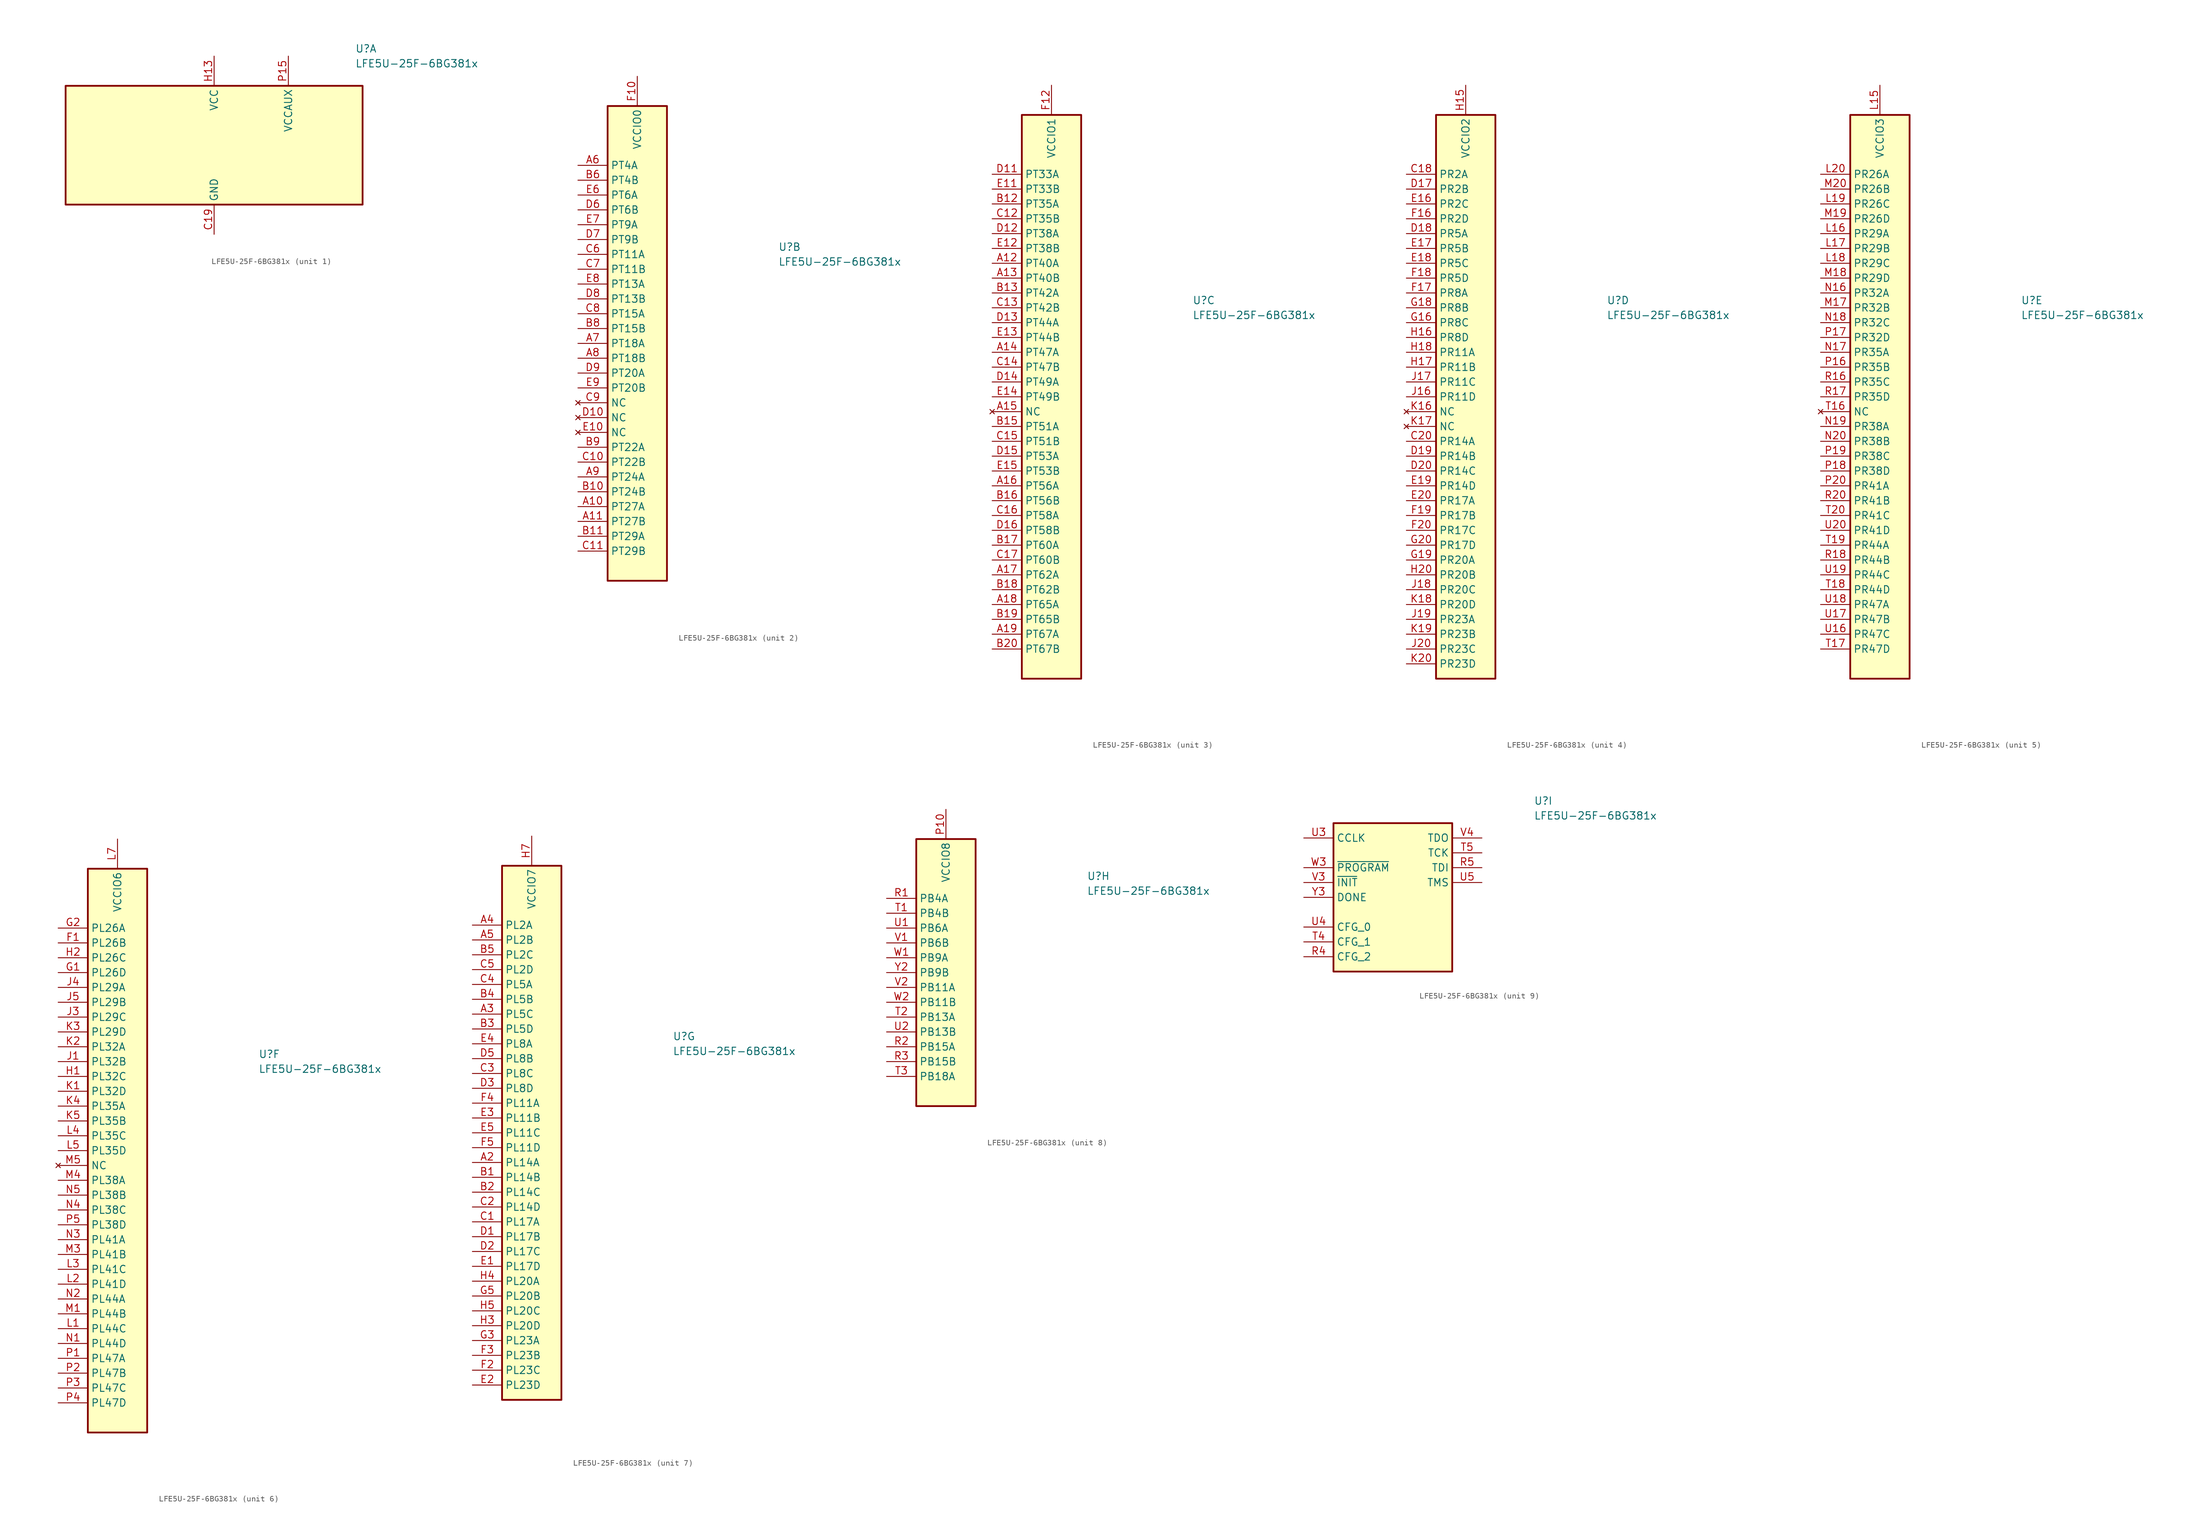
<source format=kicad_sym>
(kicad_symbol_lib
  (version 20211014)
  (generator kicad_symbol_editor)
  (symbol "LFE5U-25F-6BG381x"
    (property "Reference" "U"
      (at 24.13 16.51 0)
      (effects (font (size 1.27 1.27)) (justify left)))
    (property "Value" "LFE5U-25F-6BG381x"
      (at 24.13 13.97 0)
      (effects (font (size 1.27 1.27)) (justify left)))
    (property "ki_locked" ""
      (at 0 0 0)
      (effects (font (size 1.27 1.27))))
    (symbol "LFE5U-25F-6BG381x_1_1"
      (rectangle (start -25.4 10.16) (end 25.4 -10.16) (stroke (width 0.305) (type default) (color 0 0 0 0)) (fill (type background)))
      (pin passive line (at 0 -15.24 90) (length 5.08) hide (name "GND" (effects (font (size 1.27 1.27)))) (number "B14" (effects (font (size 1.27 1.27)))))
      (pin passive line (at 0 -15.24 90) (length 5.08) hide (name "GND" (effects (font (size 1.27 1.27)))) (number "B7" (effects (font (size 1.27 1.27)))))
      (pin power_in line (at 0 -15.24 90) (length 5.08) (name "GND" (effects (font (size 1.27 1.27)))) (number "C19" (effects (font (size 1.27 1.27)))))
      (pin passive line (at 0 -15.24 90) (length 5.08) hide (name "GND" (effects (font (size 1.27 1.27)))) (number "D4" (effects (font (size 1.27 1.27)))))
      (pin passive line (at 0 -15.24 90) (length 5.08) hide (name "GND" (effects (font (size 1.27 1.27)))) (number "F13" (effects (font (size 1.27 1.27)))))
      (pin passive line (at 0 -15.24 90) (length 5.08) hide (name "GND" (effects (font (size 1.27 1.27)))) (number "F14" (effects (font (size 1.27 1.27)))))
      (pin passive line (at 12.7 15.24 270) (length 5.08) hide (name "VCCAUX" (effects (font (size 1.27 1.27)))) (number "F15" (effects (font (size 1.27 1.27)))))
      (pin passive line (at 12.7 15.24 270) (length 5.08) hide (name "VCCAUX" (effects (font (size 1.27 1.27)))) (number "F6" (effects (font (size 1.27 1.27)))))
      (pin passive line (at 0 -15.24 90) (length 5.08) hide (name "GND" (effects (font (size 1.27 1.27)))) (number "F7" (effects (font (size 1.27 1.27)))))
      (pin passive line (at 0 -15.24 90) (length 5.08) hide (name "GND" (effects (font (size 1.27 1.27)))) (number "F8" (effects (font (size 1.27 1.27)))))
      (pin passive line (at 0 -15.24 90) (length 5.08) hide (name "GND" (effects (font (size 1.27 1.27)))) (number "G10" (effects (font (size 1.27 1.27)))))
      (pin passive line (at 0 -15.24 90) (length 5.08) hide (name "GND" (effects (font (size 1.27 1.27)))) (number "G11" (effects (font (size 1.27 1.27)))))
      (pin passive line (at 0 -15.24 90) (length 5.08) hide (name "GND" (effects (font (size 1.27 1.27)))) (number "G12" (effects (font (size 1.27 1.27)))))
      (pin passive line (at 0 -15.24 90) (length 5.08) hide (name "GND" (effects (font (size 1.27 1.27)))) (number "G13" (effects (font (size 1.27 1.27)))))
      (pin passive line (at 0 -15.24 90) (length 5.08) hide (name "GND" (effects (font (size 1.27 1.27)))) (number "G14" (effects (font (size 1.27 1.27)))))
      (pin passive line (at 0 -15.24 90) (length 5.08) hide (name "GND" (effects (font (size 1.27 1.27)))) (number "G15" (effects (font (size 1.27 1.27)))))
      (pin passive line (at 0 -15.24 90) (length 5.08) hide (name "GND" (effects (font (size 1.27 1.27)))) (number "G17" (effects (font (size 1.27 1.27)))))
      (pin passive line (at 0 -15.24 90) (length 5.08) hide (name "GND" (effects (font (size 1.27 1.27)))) (number "G4" (effects (font (size 1.27 1.27)))))
      (pin passive line (at 0 -15.24 90) (length 5.08) hide (name "GND" (effects (font (size 1.27 1.27)))) (number "G6" (effects (font (size 1.27 1.27)))))
      (pin passive line (at 0 -15.24 90) (length 5.08) hide (name "GND" (effects (font (size 1.27 1.27)))) (number "G7" (effects (font (size 1.27 1.27)))))
      (pin passive line (at 0 -15.24 90) (length 5.08) hide (name "GND" (effects (font (size 1.27 1.27)))) (number "G8" (effects (font (size 1.27 1.27)))))
      (pin passive line (at 0 -15.24 90) (length 5.08) hide (name "GND" (effects (font (size 1.27 1.27)))) (number "G9" (effects (font (size 1.27 1.27)))))
      (pin passive line (at 0 15.24 270) (length 5.08) hide (name "VCC" (effects (font (size 1.27 1.27)))) (number "H10" (effects (font (size 1.27 1.27)))))
      (pin passive line (at 0 15.24 270) (length 5.08) hide (name "VCC" (effects (font (size 1.27 1.27)))) (number "H11" (effects (font (size 1.27 1.27)))))
      (pin passive line (at 0 15.24 270) (length 5.08) hide (name "VCC" (effects (font (size 1.27 1.27)))) (number "H12" (effects (font (size 1.27 1.27)))))
      (pin power_in line (at 0 15.24 270) (length 5.08) (name "VCC" (effects (font (size 1.27 1.27)))) (number "H13" (effects (font (size 1.27 1.27)))))
      (pin passive line (at 0 -15.24 90) (length 5.08) hide (name "GND" (effects (font (size 1.27 1.27)))) (number "H19" (effects (font (size 1.27 1.27)))))
      (pin passive line (at 0 15.24 270) (length 5.08) hide (name "VCC" (effects (font (size 1.27 1.27)))) (number "H8" (effects (font (size 1.27 1.27)))))
      (pin passive line (at 0 15.24 270) (length 5.08) hide (name "VCC" (effects (font (size 1.27 1.27)))) (number "H9" (effects (font (size 1.27 1.27)))))
      (pin passive line (at 0 -15.24 90) (length 5.08) hide (name "GND" (effects (font (size 1.27 1.27)))) (number "J10" (effects (font (size 1.27 1.27)))))
      (pin passive line (at 0 -15.24 90) (length 5.08) hide (name "GND" (effects (font (size 1.27 1.27)))) (number "J11" (effects (font (size 1.27 1.27)))))
      (pin passive line (at 0 -15.24 90) (length 5.08) hide (name "GND" (effects (font (size 1.27 1.27)))) (number "J12" (effects (font (size 1.27 1.27)))))
      (pin passive line (at 0 15.24 270) (length 5.08) hide (name "VCC" (effects (font (size 1.27 1.27)))) (number "J13" (effects (font (size 1.27 1.27)))))
      (pin passive line (at 0 -15.24 90) (length 5.08) hide (name "GND" (effects (font (size 1.27 1.27)))) (number "J14" (effects (font (size 1.27 1.27)))))
      (pin passive line (at 0 -15.24 90) (length 5.08) hide (name "GND" (effects (font (size 1.27 1.27)))) (number "J2" (effects (font (size 1.27 1.27)))))
      (pin passive line (at 0 -15.24 90) (length 5.08) hide (name "GND" (effects (font (size 1.27 1.27)))) (number "J7" (effects (font (size 1.27 1.27)))))
      (pin passive line (at 0 15.24 270) (length 5.08) hide (name "VCC" (effects (font (size 1.27 1.27)))) (number "J8" (effects (font (size 1.27 1.27)))))
      (pin passive line (at 0 -15.24 90) (length 5.08) hide (name "GND" (effects (font (size 1.27 1.27)))) (number "J9" (effects (font (size 1.27 1.27)))))
      (pin passive line (at 0 -15.24 90) (length 5.08) hide (name "GND" (effects (font (size 1.27 1.27)))) (number "K10" (effects (font (size 1.27 1.27)))))
      (pin passive line (at 0 -15.24 90) (length 5.08) hide (name "GND" (effects (font (size 1.27 1.27)))) (number "K11" (effects (font (size 1.27 1.27)))))
      (pin passive line (at 0 -15.24 90) (length 5.08) hide (name "GND" (effects (font (size 1.27 1.27)))) (number "K12" (effects (font (size 1.27 1.27)))))
      (pin passive line (at 0 15.24 270) (length 5.08) hide (name "VCC" (effects (font (size 1.27 1.27)))) (number "K13" (effects (font (size 1.27 1.27)))))
      (pin passive line (at 0 -15.24 90) (length 5.08) hide (name "GND" (effects (font (size 1.27 1.27)))) (number "K14" (effects (font (size 1.27 1.27)))))
      (pin passive line (at 0 -15.24 90) (length 5.08) hide (name "GND" (effects (font (size 1.27 1.27)))) (number "K15" (effects (font (size 1.27 1.27)))))
      (pin passive line (at 0 -15.24 90) (length 5.08) hide (name "GND" (effects (font (size 1.27 1.27)))) (number "K6" (effects (font (size 1.27 1.27)))))
      (pin passive line (at 0 -15.24 90) (length 5.08) hide (name "GND" (effects (font (size 1.27 1.27)))) (number "K7" (effects (font (size 1.27 1.27)))))
      (pin passive line (at 0 15.24 270) (length 5.08) hide (name "VCC" (effects (font (size 1.27 1.27)))) (number "K8" (effects (font (size 1.27 1.27)))))
      (pin passive line (at 0 -15.24 90) (length 5.08) hide (name "GND" (effects (font (size 1.27 1.27)))) (number "K9" (effects (font (size 1.27 1.27)))))
      (pin passive line (at 0 -15.24 90) (length 5.08) hide (name "GND" (effects (font (size 1.27 1.27)))) (number "L10" (effects (font (size 1.27 1.27)))))
      (pin passive line (at 0 -15.24 90) (length 5.08) hide (name "GND" (effects (font (size 1.27 1.27)))) (number "L11" (effects (font (size 1.27 1.27)))))
      (pin passive line (at 0 -15.24 90) (length 5.08) hide (name "GND" (effects (font (size 1.27 1.27)))) (number "L12" (effects (font (size 1.27 1.27)))))
      (pin passive line (at 0 15.24 270) (length 5.08) hide (name "VCC" (effects (font (size 1.27 1.27)))) (number "L13" (effects (font (size 1.27 1.27)))))
      (pin passive line (at 0 15.24 270) (length 5.08) hide (name "VCC" (effects (font (size 1.27 1.27)))) (number "L8" (effects (font (size 1.27 1.27)))))
      (pin passive line (at 0 -15.24 90) (length 5.08) hide (name "GND" (effects (font (size 1.27 1.27)))) (number "L9" (effects (font (size 1.27 1.27)))))
      (pin passive line (at 0 -15.24 90) (length 5.08) hide (name "GND" (effects (font (size 1.27 1.27)))) (number "M10" (effects (font (size 1.27 1.27)))))
      (pin passive line (at 0 -15.24 90) (length 5.08) hide (name "GND" (effects (font (size 1.27 1.27)))) (number "M11" (effects (font (size 1.27 1.27)))))
      (pin passive line (at 0 -15.24 90) (length 5.08) hide (name "GND" (effects (font (size 1.27 1.27)))) (number "M12" (effects (font (size 1.27 1.27)))))
      (pin passive line (at 0 15.24 270) (length 5.08) hide (name "VCC" (effects (font (size 1.27 1.27)))) (number "M13" (effects (font (size 1.27 1.27)))))
      (pin passive line (at 0 -15.24 90) (length 5.08) hide (name "GND" (effects (font (size 1.27 1.27)))) (number "M14" (effects (font (size 1.27 1.27)))))
      (pin passive line (at 0 -15.24 90) (length 5.08) hide (name "GND" (effects (font (size 1.27 1.27)))) (number "M16" (effects (font (size 1.27 1.27)))))
      (pin passive line (at 0 -15.24 90) (length 5.08) hide (name "GND" (effects (font (size 1.27 1.27)))) (number "M2" (effects (font (size 1.27 1.27)))))
      (pin passive line (at 0 -15.24 90) (length 5.08) hide (name "GND" (effects (font (size 1.27 1.27)))) (number "M7" (effects (font (size 1.27 1.27)))))
      (pin passive line (at 0 15.24 270) (length 5.08) hide (name "VCC" (effects (font (size 1.27 1.27)))) (number "M8" (effects (font (size 1.27 1.27)))))
      (pin passive line (at 0 -15.24 90) (length 5.08) hide (name "GND" (effects (font (size 1.27 1.27)))) (number "M9" (effects (font (size 1.27 1.27)))))
      (pin passive line (at 0 15.24 270) (length 5.08) hide (name "VCC" (effects (font (size 1.27 1.27)))) (number "N10" (effects (font (size 1.27 1.27)))))
      (pin passive line (at 0 15.24 270) (length 5.08) hide (name "VCC" (effects (font (size 1.27 1.27)))) (number "N11" (effects (font (size 1.27 1.27)))))
      (pin passive line (at 0 15.24 270) (length 5.08) hide (name "VCC" (effects (font (size 1.27 1.27)))) (number "N12" (effects (font (size 1.27 1.27)))))
      (pin passive line (at 0 15.24 270) (length 5.08) hide (name "VCC" (effects (font (size 1.27 1.27)))) (number "N13" (effects (font (size 1.27 1.27)))))
      (pin passive line (at 0 -15.24 90) (length 5.08) hide (name "GND" (effects (font (size 1.27 1.27)))) (number "N14" (effects (font (size 1.27 1.27)))))
      (pin passive line (at 0 -15.24 90) (length 5.08) hide (name "GND" (effects (font (size 1.27 1.27)))) (number "N15" (effects (font (size 1.27 1.27)))))
      (pin passive line (at 0 -15.24 90) (length 5.08) hide (name "GND" (effects (font (size 1.27 1.27)))) (number "N6" (effects (font (size 1.27 1.27)))))
      (pin passive line (at 0 -15.24 90) (length 5.08) hide (name "GND" (effects (font (size 1.27 1.27)))) (number "N7" (effects (font (size 1.27 1.27)))))
      (pin passive line (at 0 15.24 270) (length 5.08) hide (name "VCC" (effects (font (size 1.27 1.27)))) (number "N8" (effects (font (size 1.27 1.27)))))
      (pin passive line (at 0 15.24 270) (length 5.08) hide (name "VCC" (effects (font (size 1.27 1.27)))) (number "N9" (effects (font (size 1.27 1.27)))))
      (pin passive line (at 0 -15.24 90) (length 5.08) hide (name "GND" (effects (font (size 1.27 1.27)))) (number "P11" (effects (font (size 1.27 1.27)))))
      (pin passive line (at 0 -15.24 90) (length 5.08) hide (name "GND" (effects (font (size 1.27 1.27)))) (number "P12" (effects (font (size 1.27 1.27)))))
      (pin passive line (at 0 -15.24 90) (length 5.08) hide (name "GND" (effects (font (size 1.27 1.27)))) (number "P13" (effects (font (size 1.27 1.27)))))
      (pin passive line (at 0 -15.24 90) (length 5.08) hide (name "GND" (effects (font (size 1.27 1.27)))) (number "P14" (effects (font (size 1.27 1.27)))))
      (pin power_in line (at 12.7 15.24 270) (length 5.08) (name "VCCAUX" (effects (font (size 1.27 1.27)))) (number "P15" (effects (font (size 1.27 1.27)))))
      (pin passive line (at 12.7 15.24 270) (length 5.08) hide (name "VCCAUX" (effects (font (size 1.27 1.27)))) (number "P6" (effects (font (size 1.27 1.27)))))
      (pin passive line (at 0 -15.24 90) (length 5.08) hide (name "GND" (effects (font (size 1.27 1.27)))) (number "P7" (effects (font (size 1.27 1.27)))))
      (pin passive line (at 0 -15.24 90) (length 5.08) hide (name "GND" (effects (font (size 1.27 1.27)))) (number "P8" (effects (font (size 1.27 1.27)))))
      (pin passive line (at 0 -15.24 90) (length 5.08) hide (name "GND" (effects (font (size 1.27 1.27)))) (number "R19" (effects (font (size 1.27 1.27)))))
      (pin passive line (at 0 -15.24 90) (length 5.08) hide (name "GND" (effects (font (size 1.27 1.27)))) (number "T10" (effects (font (size 1.27 1.27)))))
      (pin passive line (at 0 -15.24 90) (length 5.08) hide (name "GND" (effects (font (size 1.27 1.27)))) (number "T11" (effects (font (size 1.27 1.27)))))
      (pin passive line (at 0 -15.24 90) (length 5.08) hide (name "GND" (effects (font (size 1.27 1.27)))) (number "T12" (effects (font (size 1.27 1.27)))))
      (pin passive line (at 0 -15.24 90) (length 5.08) hide (name "GND" (effects (font (size 1.27 1.27)))) (number "T13" (effects (font (size 1.27 1.27)))))
      (pin passive line (at 0 -15.24 90) (length 5.08) hide (name "GND" (effects (font (size 1.27 1.27)))) (number "T14" (effects (font (size 1.27 1.27)))))
      (pin passive line (at 0 -15.24 90) (length 5.08) hide (name "GND" (effects (font (size 1.27 1.27)))) (number "T15" (effects (font (size 1.27 1.27)))))
      (pin passive line (at 0 -15.24 90) (length 5.08) hide (name "GND" (effects (font (size 1.27 1.27)))) (number "T6" (effects (font (size 1.27 1.27)))))
      (pin passive line (at 0 -15.24 90) (length 5.08) hide (name "GND" (effects (font (size 1.27 1.27)))) (number "T7" (effects (font (size 1.27 1.27)))))
      (pin passive line (at 0 -15.24 90) (length 5.08) hide (name "GND" (effects (font (size 1.27 1.27)))) (number "T8" (effects (font (size 1.27 1.27)))))
      (pin passive line (at 0 -15.24 90) (length 5.08) hide (name "GND" (effects (font (size 1.27 1.27)))) (number "T9" (effects (font (size 1.27 1.27)))))
      (pin passive line (at 0 -15.24 90) (length 5.08) hide (name "GND" (effects (font (size 1.27 1.27)))) (number "U10" (effects (font (size 1.27 1.27)))))
      (pin passive line (at 0 -15.24 90) (length 5.08) hide (name "GND" (effects (font (size 1.27 1.27)))) (number "U11" (effects (font (size 1.27 1.27)))))
      (pin passive line (at 0 -15.24 90) (length 5.08) hide (name "GND" (effects (font (size 1.27 1.27)))) (number "U12" (effects (font (size 1.27 1.27)))))
      (pin passive line (at 0 -15.24 90) (length 5.08) hide (name "GND" (effects (font (size 1.27 1.27)))) (number "U13" (effects (font (size 1.27 1.27)))))
      (pin passive line (at 0 -15.24 90) (length 5.08) hide (name "GND" (effects (font (size 1.27 1.27)))) (number "U14" (effects (font (size 1.27 1.27)))))
      (pin passive line (at 0 -15.24 90) (length 5.08) hide (name "GND" (effects (font (size 1.27 1.27)))) (number "U15" (effects (font (size 1.27 1.27)))))
      (pin passive line (at 0 -15.24 90) (length 5.08) hide (name "GND" (effects (font (size 1.27 1.27)))) (number "U6" (effects (font (size 1.27 1.27)))))
      (pin passive line (at 0 -15.24 90) (length 5.08) hide (name "GND" (effects (font (size 1.27 1.27)))) (number "U7" (effects (font (size 1.27 1.27)))))
      (pin passive line (at 0 -15.24 90) (length 5.08) hide (name "GND" (effects (font (size 1.27 1.27)))) (number "U8" (effects (font (size 1.27 1.27)))))
      (pin passive line (at 0 -15.24 90) (length 5.08) hide (name "GND" (effects (font (size 1.27 1.27)))) (number "U9" (effects (font (size 1.27 1.27)))))
      (pin passive line (at 0 -15.24 90) (length 5.08) hide (name "GND" (effects (font (size 1.27 1.27)))) (number "V10" (effects (font (size 1.27 1.27)))))
      (pin passive line (at 0 -15.24 90) (length 5.08) hide (name "GND" (effects (font (size 1.27 1.27)))) (number "V11" (effects (font (size 1.27 1.27)))))
      (pin passive line (at 0 -15.24 90) (length 5.08) hide (name "GND" (effects (font (size 1.27 1.27)))) (number "V12" (effects (font (size 1.27 1.27)))))
      (pin passive line (at 0 -15.24 90) (length 5.08) hide (name "GND" (effects (font (size 1.27 1.27)))) (number "V13" (effects (font (size 1.27 1.27)))))
      (pin passive line (at 0 -15.24 90) (length 5.08) hide (name "GND" (effects (font (size 1.27 1.27)))) (number "V14" (effects (font (size 1.27 1.27)))))
      (pin passive line (at 0 -15.24 90) (length 5.08) hide (name "GND" (effects (font (size 1.27 1.27)))) (number "V15" (effects (font (size 1.27 1.27)))))
      (pin passive line (at 0 -15.24 90) (length 5.08) hide (name "GND" (effects (font (size 1.27 1.27)))) (number "V16" (effects (font (size 1.27 1.27)))))
      (pin passive line (at 0 -15.24 90) (length 5.08) hide (name "GND" (effects (font (size 1.27 1.27)))) (number "V17" (effects (font (size 1.27 1.27)))))
      (pin passive line (at 0 -15.24 90) (length 5.08) hide (name "GND" (effects (font (size 1.27 1.27)))) (number "V18" (effects (font (size 1.27 1.27)))))
      (pin passive line (at 0 -15.24 90) (length 5.08) hide (name "GND" (effects (font (size 1.27 1.27)))) (number "V19" (effects (font (size 1.27 1.27)))))
      (pin passive line (at 0 -15.24 90) (length 5.08) hide (name "GND" (effects (font (size 1.27 1.27)))) (number "V20" (effects (font (size 1.27 1.27)))))
      (pin passive line (at 0 -15.24 90) (length 5.08) hide (name "GND" (effects (font (size 1.27 1.27)))) (number "V5" (effects (font (size 1.27 1.27)))))
      (pin passive line (at 0 -15.24 90) (length 5.08) hide (name "GND" (effects (font (size 1.27 1.27)))) (number "V6" (effects (font (size 1.27 1.27)))))
      (pin passive line (at 0 -15.24 90) (length 5.08) hide (name "GND" (effects (font (size 1.27 1.27)))) (number "V7" (effects (font (size 1.27 1.27)))))
      (pin passive line (at 0 -15.24 90) (length 5.08) hide (name "GND" (effects (font (size 1.27 1.27)))) (number "V8" (effects (font (size 1.27 1.27)))))
      (pin passive line (at 0 -15.24 90) (length 5.08) hide (name "GND" (effects (font (size 1.27 1.27)))) (number "V9" (effects (font (size 1.27 1.27)))))
      (pin passive line (at 0 -15.24 90) (length 5.08) hide (name "GND" (effects (font (size 1.27 1.27)))) (number "W12" (effects (font (size 1.27 1.27)))))
      (pin no_connect line (at 25.4 -5.08 180) (length 5.08) hide (name "RESERVED" (effects (font (size 1.27 1.27)))) (number "W13" (effects (font (size 1.27 1.27)))))
      (pin no_connect line (at 25.4 -2.54 180) (length 5.08) hide (name "RESERVED" (effects (font (size 1.27 1.27)))) (number "W14" (effects (font (size 1.27 1.27)))))
      (pin passive line (at 0 -15.24 90) (length 5.08) hide (name "GND" (effects (font (size 1.27 1.27)))) (number "W15" (effects (font (size 1.27 1.27)))))
      (pin passive line (at 0 -15.24 90) (length 5.08) hide (name "GND" (effects (font (size 1.27 1.27)))) (number "W16" (effects (font (size 1.27 1.27)))))
      (pin no_connect line (at 25.4 0 180) (length 5.08) hide (name "RESERVED" (effects (font (size 1.27 1.27)))) (number "W17" (effects (font (size 1.27 1.27)))))
      (pin no_connect line (at 25.4 2.54 180) (length 5.08) hide (name "RESERVED" (effects (font (size 1.27 1.27)))) (number "W18" (effects (font (size 1.27 1.27)))))
      (pin passive line (at 0 -15.24 90) (length 5.08) hide (name "GND" (effects (font (size 1.27 1.27)))) (number "W19" (effects (font (size 1.27 1.27)))))
      (pin passive line (at 0 -15.24 90) (length 5.08) hide (name "GND" (effects (font (size 1.27 1.27)))) (number "W20" (effects (font (size 1.27 1.27)))))
      (pin no_connect line (at -25.4 2.54 0) (length 5.08) hide (name "RESERVED" (effects (font (size 1.27 1.27)))) (number "W4" (effects (font (size 1.27 1.27)))))
      (pin no_connect line (at -25.4 0 0) (length 5.08) hide (name "RESERVED" (effects (font (size 1.27 1.27)))) (number "W5" (effects (font (size 1.27 1.27)))))
      (pin passive line (at 0 -15.24 90) (length 5.08) hide (name "GND" (effects (font (size 1.27 1.27)))) (number "W6" (effects (font (size 1.27 1.27)))))
      (pin passive line (at 0 -15.24 90) (length 5.08) hide (name "GND" (effects (font (size 1.27 1.27)))) (number "W7" (effects (font (size 1.27 1.27)))))
      (pin no_connect line (at -25.4 -2.54 0) (length 5.08) hide (name "RESERVED" (effects (font (size 1.27 1.27)))) (number "W8" (effects (font (size 1.27 1.27)))))
      (pin no_connect line (at -25.4 -5.08 0) (length 5.08) hide (name "RESERVED" (effects (font (size 1.27 1.27)))) (number "W9" (effects (font (size 1.27 1.27)))))
      (pin passive line (at 0 -15.24 90) (length 5.08) hide (name "GND" (effects (font (size 1.27 1.27)))) (number "Y11" (effects (font (size 1.27 1.27)))))
      (pin passive line (at 0 -15.24 90) (length 5.08) hide (name "GND" (effects (font (size 1.27 1.27)))) (number "Y12" (effects (font (size 1.27 1.27)))))
      (pin passive line (at 0 -15.24 90) (length 5.08) hide (name "GND" (effects (font (size 1.27 1.27)))) (number "Y14" (effects (font (size 1.27 1.27)))))
      (pin passive line (at 0 -15.24 90) (length 5.08) hide (name "GND" (effects (font (size 1.27 1.27)))) (number "Y15" (effects (font (size 1.27 1.27)))))
      (pin passive line (at 0 -15.24 90) (length 5.08) hide (name "GND" (effects (font (size 1.27 1.27)))) (number "Y16" (effects (font (size 1.27 1.27)))))
      (pin passive line (at 0 -15.24 90) (length 5.08) hide (name "GND" (effects (font (size 1.27 1.27)))) (number "Y17" (effects (font (size 1.27 1.27)))))
      (pin passive line (at 0 -15.24 90) (length 5.08) hide (name "GND" (effects (font (size 1.27 1.27)))) (number "Y19" (effects (font (size 1.27 1.27)))))
      (pin passive line (at 0 -15.24 90) (length 5.08) hide (name "GND" (effects (font (size 1.27 1.27)))) (number "Y5" (effects (font (size 1.27 1.27)))))
      (pin passive line (at 0 -15.24 90) (length 5.08) hide (name "GND" (effects (font (size 1.27 1.27)))) (number "Y6" (effects (font (size 1.27 1.27)))))
      (pin passive line (at 0 -15.24 90) (length 5.08) hide (name "GND" (effects (font (size 1.27 1.27)))) (number "Y7" (effects (font (size 1.27 1.27)))))
      (pin passive line (at 0 -15.24 90) (length 5.08) hide (name "GND" (effects (font (size 1.27 1.27)))) (number "Y8" (effects (font (size 1.27 1.27))))))
    (symbol "LFE5U-25F-6BG381x_2_1"
      (rectangle (start -5.08 40.64) (end 5.08 -40.64) (stroke (width 0.305) (type default) (color 0 0 0 0)) (fill (type background)))
      (pin bidirectional line (at -10.16 -27.94 0) (length 5.08) (name "PT27A" (effects (font (size 1.27 1.27)))) (number "A10" (effects (font (size 1.27 1.27)))))
      (pin bidirectional line (at -10.16 -30.48 0) (length 5.08) (name "PT27B" (effects (font (size 1.27 1.27)))) (number "A11" (effects (font (size 1.27 1.27)))))
      (pin bidirectional line (at -10.16 30.48 0) (length 5.08) (name "PT4A" (effects (font (size 1.27 1.27)))) (number "A6" (effects (font (size 1.27 1.27)))))
      (pin bidirectional line (at -10.16 0 0) (length 5.08) (name "PT18A" (effects (font (size 1.27 1.27)))) (number "A7" (effects (font (size 1.27 1.27)))))
      (pin bidirectional line (at -10.16 -2.54 0) (length 5.08) (name "PT18B" (effects (font (size 1.27 1.27)))) (number "A8" (effects (font (size 1.27 1.27)))))
      (pin bidirectional line (at -10.16 -22.86 0) (length 5.08) (name "PT24A" (effects (font (size 1.27 1.27)))) (number "A9" (effects (font (size 1.27 1.27)))))
      (pin bidirectional line (at -10.16 -25.4 0) (length 5.08) (name "PT24B" (effects (font (size 1.27 1.27)))) (number "B10" (effects (font (size 1.27 1.27)))))
      (pin bidirectional line (at -10.16 -33.02 0) (length 5.08) (name "PT29A" (effects (font (size 1.27 1.27)))) (number "B11" (effects (font (size 1.27 1.27)))))
      (pin bidirectional line (at -10.16 27.94 0) (length 5.08) (name "PT4B" (effects (font (size 1.27 1.27)))) (number "B6" (effects (font (size 1.27 1.27)))))
      (pin bidirectional line (at -10.16 2.54 0) (length 5.08) (name "PT15B" (effects (font (size 1.27 1.27)))) (number "B8" (effects (font (size 1.27 1.27)))))
      (pin bidirectional line (at -10.16 -17.78 0) (length 5.08) (name "PT22A" (effects (font (size 1.27 1.27)))) (number "B9" (effects (font (size 1.27 1.27)))))
      (pin bidirectional line (at -10.16 -20.32 0) (length 5.08) (name "PT22B" (effects (font (size 1.27 1.27)))) (number "C10" (effects (font (size 1.27 1.27)))))
      (pin bidirectional line (at -10.16 -35.56 0) (length 5.08) (name "PT29B" (effects (font (size 1.27 1.27)))) (number "C11" (effects (font (size 1.27 1.27)))))
      (pin bidirectional line (at -10.16 15.24 0) (length 5.08) (name "PT11A" (effects (font (size 1.27 1.27)))) (number "C6" (effects (font (size 1.27 1.27)))))
      (pin bidirectional line (at -10.16 12.7 0) (length 5.08) (name "PT11B" (effects (font (size 1.27 1.27)))) (number "C7" (effects (font (size 1.27 1.27)))))
      (pin bidirectional line (at -10.16 5.08 0) (length 5.08) (name "PT15A" (effects (font (size 1.27 1.27)))) (number "C8" (effects (font (size 1.27 1.27)))))
      (pin no_connect line (at -10.16 -10.16 0) (length 5.08) (name "NC" (effects (font (size 1.27 1.27)))) (number "C9" (effects (font (size 1.27 1.27)))))
      (pin no_connect line (at -10.16 -12.7 0) (length 5.08) (name "NC" (effects (font (size 1.27 1.27)))) (number "D10" (effects (font (size 1.27 1.27)))))
      (pin bidirectional line (at -10.16 22.86 0) (length 5.08) (name "PT6B" (effects (font (size 1.27 1.27)))) (number "D6" (effects (font (size 1.27 1.27)))))
      (pin bidirectional line (at -10.16 17.78 0) (length 5.08) (name "PT9B" (effects (font (size 1.27 1.27)))) (number "D7" (effects (font (size 1.27 1.27)))))
      (pin bidirectional line (at -10.16 7.62 0) (length 5.08) (name "PT13B" (effects (font (size 1.27 1.27)))) (number "D8" (effects (font (size 1.27 1.27)))))
      (pin bidirectional line (at -10.16 -5.08 0) (length 5.08) (name "PT20A" (effects (font (size 1.27 1.27)))) (number "D9" (effects (font (size 1.27 1.27)))))
      (pin no_connect line (at -10.16 -15.24 0) (length 5.08) (name "NC" (effects (font (size 1.27 1.27)))) (number "E10" (effects (font (size 1.27 1.27)))))
      (pin bidirectional line (at -10.16 25.4 0) (length 5.08) (name "PT6A" (effects (font (size 1.27 1.27)))) (number "E6" (effects (font (size 1.27 1.27)))))
      (pin bidirectional line (at -10.16 20.32 0) (length 5.08) (name "PT9A" (effects (font (size 1.27 1.27)))) (number "E7" (effects (font (size 1.27 1.27)))))
      (pin bidirectional line (at -10.16 10.16 0) (length 5.08) (name "PT13A" (effects (font (size 1.27 1.27)))) (number "E8" (effects (font (size 1.27 1.27)))))
      (pin bidirectional line (at -10.16 -7.62 0) (length 5.08) (name "PT20B" (effects (font (size 1.27 1.27)))) (number "E9" (effects (font (size 1.27 1.27)))))
      (pin power_in line (at 0 45.72 270) (length 5.08) (name "VCCIO0" (effects (font (size 1.27 1.27)))) (number "F10" (effects (font (size 1.27 1.27)))))
      (pin passive line (at 0 45.72 270) (length 5.08) hide (name "VCCIO0" (effects (font (size 1.27 1.27)))) (number "F9" (effects (font (size 1.27 1.27))))))
    (symbol "LFE5U-25F-6BG381x_3_1"
      (rectangle (start -5.08 48.26) (end 5.08 -48.26) (stroke (width 0.305) (type default) (color 0 0 0 0)) (fill (type background)))
      (pin bidirectional line (at -10.16 22.86 0) (length 5.08) (name "PT40A" (effects (font (size 1.27 1.27)))) (number "A12" (effects (font (size 1.27 1.27)))))
      (pin bidirectional line (at -10.16 20.32 0) (length 5.08) (name "PT40B" (effects (font (size 1.27 1.27)))) (number "A13" (effects (font (size 1.27 1.27)))))
      (pin bidirectional line (at -10.16 7.62 0) (length 5.08) (name "PT47A" (effects (font (size 1.27 1.27)))) (number "A14" (effects (font (size 1.27 1.27)))))
      (pin no_connect line (at -10.16 -2.54 0) (length 5.08) (name "NC" (effects (font (size 1.27 1.27)))) (number "A15" (effects (font (size 1.27 1.27)))))
      (pin bidirectional line (at -10.16 -15.24 0) (length 5.08) (name "PT56A" (effects (font (size 1.27 1.27)))) (number "A16" (effects (font (size 1.27 1.27)))))
      (pin bidirectional line (at -10.16 -30.48 0) (length 5.08) (name "PT62A" (effects (font (size 1.27 1.27)))) (number "A17" (effects (font (size 1.27 1.27)))))
      (pin bidirectional line (at -10.16 -35.56 0) (length 5.08) (name "PT65A" (effects (font (size 1.27 1.27)))) (number "A18" (effects (font (size 1.27 1.27)))))
      (pin bidirectional line (at -10.16 -40.64 0) (length 5.08) (name "PT67A" (effects (font (size 1.27 1.27)))) (number "A19" (effects (font (size 1.27 1.27)))))
      (pin bidirectional line (at -10.16 33.02 0) (length 5.08) (name "PT35A" (effects (font (size 1.27 1.27)))) (number "B12" (effects (font (size 1.27 1.27)))))
      (pin bidirectional line (at -10.16 17.78 0) (length 5.08) (name "PT42A" (effects (font (size 1.27 1.27)))) (number "B13" (effects (font (size 1.27 1.27)))))
      (pin bidirectional line (at -10.16 -5.08 0) (length 5.08) (name "PT51A" (effects (font (size 1.27 1.27)))) (number "B15" (effects (font (size 1.27 1.27)))))
      (pin bidirectional line (at -10.16 -17.78 0) (length 5.08) (name "PT56B" (effects (font (size 1.27 1.27)))) (number "B16" (effects (font (size 1.27 1.27)))))
      (pin bidirectional line (at -10.16 -25.4 0) (length 5.08) (name "PT60A" (effects (font (size 1.27 1.27)))) (number "B17" (effects (font (size 1.27 1.27)))))
      (pin bidirectional line (at -10.16 -33.02 0) (length 5.08) (name "PT62B" (effects (font (size 1.27 1.27)))) (number "B18" (effects (font (size 1.27 1.27)))))
      (pin bidirectional line (at -10.16 -38.1 0) (length 5.08) (name "PT65B" (effects (font (size 1.27 1.27)))) (number "B19" (effects (font (size 1.27 1.27)))))
      (pin bidirectional line (at -10.16 -43.18 0) (length 5.08) (name "PT67B" (effects (font (size 1.27 1.27)))) (number "B20" (effects (font (size 1.27 1.27)))))
      (pin bidirectional line (at -10.16 30.48 0) (length 5.08) (name "PT35B" (effects (font (size 1.27 1.27)))) (number "C12" (effects (font (size 1.27 1.27)))))
      (pin bidirectional line (at -10.16 15.24 0) (length 5.08) (name "PT42B" (effects (font (size 1.27 1.27)))) (number "C13" (effects (font (size 1.27 1.27)))))
      (pin bidirectional line (at -10.16 5.08 0) (length 5.08) (name "PT47B" (effects (font (size 1.27 1.27)))) (number "C14" (effects (font (size 1.27 1.27)))))
      (pin bidirectional line (at -10.16 -7.62 0) (length 5.08) (name "PT51B" (effects (font (size 1.27 1.27)))) (number "C15" (effects (font (size 1.27 1.27)))))
      (pin bidirectional line (at -10.16 -20.32 0) (length 5.08) (name "PT58A" (effects (font (size 1.27 1.27)))) (number "C16" (effects (font (size 1.27 1.27)))))
      (pin bidirectional line (at -10.16 -27.94 0) (length 5.08) (name "PT60B" (effects (font (size 1.27 1.27)))) (number "C17" (effects (font (size 1.27 1.27)))))
      (pin bidirectional line (at -10.16 38.1 0) (length 5.08) (name "PT33A" (effects (font (size 1.27 1.27)))) (number "D11" (effects (font (size 1.27 1.27)))))
      (pin bidirectional line (at -10.16 27.94 0) (length 5.08) (name "PT38A" (effects (font (size 1.27 1.27)))) (number "D12" (effects (font (size 1.27 1.27)))))
      (pin bidirectional line (at -10.16 12.7 0) (length 5.08) (name "PT44A" (effects (font (size 1.27 1.27)))) (number "D13" (effects (font (size 1.27 1.27)))))
      (pin bidirectional line (at -10.16 2.54 0) (length 5.08) (name "PT49A" (effects (font (size 1.27 1.27)))) (number "D14" (effects (font (size 1.27 1.27)))))
      (pin bidirectional line (at -10.16 -10.16 0) (length 5.08) (name "PT53A" (effects (font (size 1.27 1.27)))) (number "D15" (effects (font (size 1.27 1.27)))))
      (pin bidirectional line (at -10.16 -22.86 0) (length 5.08) (name "PT58B" (effects (font (size 1.27 1.27)))) (number "D16" (effects (font (size 1.27 1.27)))))
      (pin bidirectional line (at -10.16 35.56 0) (length 5.08) (name "PT33B" (effects (font (size 1.27 1.27)))) (number "E11" (effects (font (size 1.27 1.27)))))
      (pin bidirectional line (at -10.16 25.4 0) (length 5.08) (name "PT38B" (effects (font (size 1.27 1.27)))) (number "E12" (effects (font (size 1.27 1.27)))))
      (pin bidirectional line (at -10.16 10.16 0) (length 5.08) (name "PT44B" (effects (font (size 1.27 1.27)))) (number "E13" (effects (font (size 1.27 1.27)))))
      (pin bidirectional line (at -10.16 0 0) (length 5.08) (name "PT49B" (effects (font (size 1.27 1.27)))) (number "E14" (effects (font (size 1.27 1.27)))))
      (pin bidirectional line (at -10.16 -12.7 0) (length 5.08) (name "PT53B" (effects (font (size 1.27 1.27)))) (number "E15" (effects (font (size 1.27 1.27)))))
      (pin passive line (at 0 53.34 270) (length 5.08) hide (name "VCCIO1" (effects (font (size 1.27 1.27)))) (number "F11" (effects (font (size 1.27 1.27)))))
      (pin power_in line (at 0 53.34 270) (length 5.08) (name "VCCIO1" (effects (font (size 1.27 1.27)))) (number "F12" (effects (font (size 1.27 1.27))))))
    (symbol "LFE5U-25F-6BG381x_4_1"
      (rectangle (start -5.08 48.26) (end 5.08 -48.26) (stroke (width 0.305) (type default) (color 0 0 0 0)) (fill (type background)))
      (pin bidirectional line (at -10.16 38.1 0) (length 5.08) (name "PR2A" (effects (font (size 1.27 1.27)))) (number "C18" (effects (font (size 1.27 1.27)))))
      (pin bidirectional line (at -10.16 -7.62 0) (length 5.08) (name "PR14A" (effects (font (size 1.27 1.27)))) (number "C20" (effects (font (size 1.27 1.27)))))
      (pin bidirectional line (at -10.16 35.56 0) (length 5.08) (name "PR2B" (effects (font (size 1.27 1.27)))) (number "D17" (effects (font (size 1.27 1.27)))))
      (pin bidirectional line (at -10.16 27.94 0) (length 5.08) (name "PR5A" (effects (font (size 1.27 1.27)))) (number "D18" (effects (font (size 1.27 1.27)))))
      (pin bidirectional line (at -10.16 -10.16 0) (length 5.08) (name "PR14B" (effects (font (size 1.27 1.27)))) (number "D19" (effects (font (size 1.27 1.27)))))
      (pin bidirectional line (at -10.16 -12.7 0) (length 5.08) (name "PR14C" (effects (font (size 1.27 1.27)))) (number "D20" (effects (font (size 1.27 1.27)))))
      (pin bidirectional line (at -10.16 33.02 0) (length 5.08) (name "PR2C" (effects (font (size 1.27 1.27)))) (number "E16" (effects (font (size 1.27 1.27)))))
      (pin bidirectional line (at -10.16 25.4 0) (length 5.08) (name "PR5B" (effects (font (size 1.27 1.27)))) (number "E17" (effects (font (size 1.27 1.27)))))
      (pin bidirectional line (at -10.16 22.86 0) (length 5.08) (name "PR5C" (effects (font (size 1.27 1.27)))) (number "E18" (effects (font (size 1.27 1.27)))))
      (pin bidirectional line (at -10.16 -15.24 0) (length 5.08) (name "PR14D" (effects (font (size 1.27 1.27)))) (number "E19" (effects (font (size 1.27 1.27)))))
      (pin bidirectional line (at -10.16 -17.78 0) (length 5.08) (name "PR17A" (effects (font (size 1.27 1.27)))) (number "E20" (effects (font (size 1.27 1.27)))))
      (pin bidirectional line (at -10.16 30.48 0) (length 5.08) (name "PR2D" (effects (font (size 1.27 1.27)))) (number "F16" (effects (font (size 1.27 1.27)))))
      (pin bidirectional line (at -10.16 17.78 0) (length 5.08) (name "PR8A" (effects (font (size 1.27 1.27)))) (number "F17" (effects (font (size 1.27 1.27)))))
      (pin bidirectional line (at -10.16 20.32 0) (length 5.08) (name "PR5D" (effects (font (size 1.27 1.27)))) (number "F18" (effects (font (size 1.27 1.27)))))
      (pin bidirectional line (at -10.16 -20.32 0) (length 5.08) (name "PR17B" (effects (font (size 1.27 1.27)))) (number "F19" (effects (font (size 1.27 1.27)))))
      (pin bidirectional line (at -10.16 -22.86 0) (length 5.08) (name "PR17C" (effects (font (size 1.27 1.27)))) (number "F20" (effects (font (size 1.27 1.27)))))
      (pin bidirectional line (at -10.16 12.7 0) (length 5.08) (name "PR8C" (effects (font (size 1.27 1.27)))) (number "G16" (effects (font (size 1.27 1.27)))))
      (pin bidirectional line (at -10.16 15.24 0) (length 5.08) (name "PR8B" (effects (font (size 1.27 1.27)))) (number "G18" (effects (font (size 1.27 1.27)))))
      (pin bidirectional line (at -10.16 -27.94 0) (length 5.08) (name "PR20A" (effects (font (size 1.27 1.27)))) (number "G19" (effects (font (size 1.27 1.27)))))
      (pin bidirectional line (at -10.16 -25.4 0) (length 5.08) (name "PR17D" (effects (font (size 1.27 1.27)))) (number "G20" (effects (font (size 1.27 1.27)))))
      (pin passive line (at 0 53.34 270) (length 5.08) hide (name "VCCIO2" (effects (font (size 1.27 1.27)))) (number "H14" (effects (font (size 1.27 1.27)))))
      (pin power_in line (at 0 53.34 270) (length 5.08) (name "VCCIO2" (effects (font (size 1.27 1.27)))) (number "H15" (effects (font (size 1.27 1.27)))))
      (pin bidirectional line (at -10.16 10.16 0) (length 5.08) (name "PR8D" (effects (font (size 1.27 1.27)))) (number "H16" (effects (font (size 1.27 1.27)))))
      (pin bidirectional line (at -10.16 5.08 0) (length 5.08) (name "PR11B" (effects (font (size 1.27 1.27)))) (number "H17" (effects (font (size 1.27 1.27)))))
      (pin bidirectional line (at -10.16 7.62 0) (length 5.08) (name "PR11A" (effects (font (size 1.27 1.27)))) (number "H18" (effects (font (size 1.27 1.27)))))
      (pin bidirectional line (at -10.16 -30.48 0) (length 5.08) (name "PR20B" (effects (font (size 1.27 1.27)))) (number "H20" (effects (font (size 1.27 1.27)))))
      (pin passive line (at 0 53.34 270) (length 5.08) hide (name "VCCIO2" (effects (font (size 1.27 1.27)))) (number "J15" (effects (font (size 1.27 1.27)))))
      (pin bidirectional line (at -10.16 0 0) (length 5.08) (name "PR11D" (effects (font (size 1.27 1.27)))) (number "J16" (effects (font (size 1.27 1.27)))))
      (pin bidirectional line (at -10.16 2.54 0) (length 5.08) (name "PR11C" (effects (font (size 1.27 1.27)))) (number "J17" (effects (font (size 1.27 1.27)))))
      (pin bidirectional line (at -10.16 -33.02 0) (length 5.08) (name "PR20C" (effects (font (size 1.27 1.27)))) (number "J18" (effects (font (size 1.27 1.27)))))
      (pin bidirectional line (at -10.16 -38.1 0) (length 5.08) (name "PR23A" (effects (font (size 1.27 1.27)))) (number "J19" (effects (font (size 1.27 1.27)))))
      (pin bidirectional line (at -10.16 -43.18 0) (length 5.08) (name "PR23C" (effects (font (size 1.27 1.27)))) (number "J20" (effects (font (size 1.27 1.27)))))
      (pin no_connect line (at -10.16 -2.54 0) (length 5.08) (name "NC" (effects (font (size 1.27 1.27)))) (number "K16" (effects (font (size 1.27 1.27)))))
      (pin no_connect line (at -10.16 -5.08 0) (length 5.08) (name "NC" (effects (font (size 1.27 1.27)))) (number "K17" (effects (font (size 1.27 1.27)))))
      (pin bidirectional line (at -10.16 -35.56 0) (length 5.08) (name "PR20D" (effects (font (size 1.27 1.27)))) (number "K18" (effects (font (size 1.27 1.27)))))
      (pin bidirectional line (at -10.16 -40.64 0) (length 5.08) (name "PR23B" (effects (font (size 1.27 1.27)))) (number "K19" (effects (font (size 1.27 1.27)))))
      (pin bidirectional line (at -10.16 -45.72 0) (length 5.08) (name "PR23D" (effects (font (size 1.27 1.27)))) (number "K20" (effects (font (size 1.27 1.27))))))
    (symbol "LFE5U-25F-6BG381x_5_1"
      (rectangle (start -5.08 48.26) (end 5.08 -48.26) (stroke (width 0.305) (type default) (color 0 0 0 0)) (fill (type background)))
      (pin passive line (at 0 53.34 270) (length 5.08) hide (name "VCCIO3" (effects (font (size 1.27 1.27)))) (number "L14" (effects (font (size 1.27 1.27)))))
      (pin power_in line (at 0 53.34 270) (length 5.08) (name "VCCIO3" (effects (font (size 1.27 1.27)))) (number "L15" (effects (font (size 1.27 1.27)))))
      (pin bidirectional line (at -10.16 27.94 0) (length 5.08) (name "PR29A" (effects (font (size 1.27 1.27)))) (number "L16" (effects (font (size 1.27 1.27)))))
      (pin bidirectional line (at -10.16 25.4 0) (length 5.08) (name "PR29B" (effects (font (size 1.27 1.27)))) (number "L17" (effects (font (size 1.27 1.27)))))
      (pin bidirectional line (at -10.16 22.86 0) (length 5.08) (name "PR29C" (effects (font (size 1.27 1.27)))) (number "L18" (effects (font (size 1.27 1.27)))))
      (pin bidirectional line (at -10.16 33.02 0) (length 5.08) (name "PR26C" (effects (font (size 1.27 1.27)))) (number "L19" (effects (font (size 1.27 1.27)))))
      (pin bidirectional line (at -10.16 38.1 0) (length 5.08) (name "PR26A" (effects (font (size 1.27 1.27)))) (number "L20" (effects (font (size 1.27 1.27)))))
      (pin passive line (at 0 53.34 270) (length 5.08) hide (name "VCCIO3" (effects (font (size 1.27 1.27)))) (number "M15" (effects (font (size 1.27 1.27)))))
      (pin bidirectional line (at -10.16 15.24 0) (length 5.08) (name "PR32B" (effects (font (size 1.27 1.27)))) (number "M17" (effects (font (size 1.27 1.27)))))
      (pin bidirectional line (at -10.16 20.32 0) (length 5.08) (name "PR29D" (effects (font (size 1.27 1.27)))) (number "M18" (effects (font (size 1.27 1.27)))))
      (pin bidirectional line (at -10.16 30.48 0) (length 5.08) (name "PR26D" (effects (font (size 1.27 1.27)))) (number "M19" (effects (font (size 1.27 1.27)))))
      (pin bidirectional line (at -10.16 35.56 0) (length 5.08) (name "PR26B" (effects (font (size 1.27 1.27)))) (number "M20" (effects (font (size 1.27 1.27)))))
      (pin bidirectional line (at -10.16 17.78 0) (length 5.08) (name "PR32A" (effects (font (size 1.27 1.27)))) (number "N16" (effects (font (size 1.27 1.27)))))
      (pin bidirectional line (at -10.16 7.62 0) (length 5.08) (name "PR35A" (effects (font (size 1.27 1.27)))) (number "N17" (effects (font (size 1.27 1.27)))))
      (pin bidirectional line (at -10.16 12.7 0) (length 5.08) (name "PR32C" (effects (font (size 1.27 1.27)))) (number "N18" (effects (font (size 1.27 1.27)))))
      (pin bidirectional line (at -10.16 -5.08 0) (length 5.08) (name "PR38A" (effects (font (size 1.27 1.27)))) (number "N19" (effects (font (size 1.27 1.27)))))
      (pin bidirectional line (at -10.16 -7.62 0) (length 5.08) (name "PR38B" (effects (font (size 1.27 1.27)))) (number "N20" (effects (font (size 1.27 1.27)))))
      (pin bidirectional line (at -10.16 5.08 0) (length 5.08) (name "PR35B" (effects (font (size 1.27 1.27)))) (number "P16" (effects (font (size 1.27 1.27)))))
      (pin bidirectional line (at -10.16 10.16 0) (length 5.08) (name "PR32D" (effects (font (size 1.27 1.27)))) (number "P17" (effects (font (size 1.27 1.27)))))
      (pin bidirectional line (at -10.16 -12.7 0) (length 5.08) (name "PR38D" (effects (font (size 1.27 1.27)))) (number "P18" (effects (font (size 1.27 1.27)))))
      (pin bidirectional line (at -10.16 -10.16 0) (length 5.08) (name "PR38C" (effects (font (size 1.27 1.27)))) (number "P19" (effects (font (size 1.27 1.27)))))
      (pin bidirectional line (at -10.16 -15.24 0) (length 5.08) (name "PR41A" (effects (font (size 1.27 1.27)))) (number "P20" (effects (font (size 1.27 1.27)))))
      (pin bidirectional line (at -10.16 2.54 0) (length 5.08) (name "PR35C" (effects (font (size 1.27 1.27)))) (number "R16" (effects (font (size 1.27 1.27)))))
      (pin bidirectional line (at -10.16 0 0) (length 5.08) (name "PR35D" (effects (font (size 1.27 1.27)))) (number "R17" (effects (font (size 1.27 1.27)))))
      (pin bidirectional line (at -10.16 -27.94 0) (length 5.08) (name "PR44B" (effects (font (size 1.27 1.27)))) (number "R18" (effects (font (size 1.27 1.27)))))
      (pin bidirectional line (at -10.16 -17.78 0) (length 5.08) (name "PR41B" (effects (font (size 1.27 1.27)))) (number "R20" (effects (font (size 1.27 1.27)))))
      (pin no_connect line (at -10.16 -2.54 0) (length 5.08) (name "NC" (effects (font (size 1.27 1.27)))) (number "T16" (effects (font (size 1.27 1.27)))))
      (pin bidirectional line (at -10.16 -43.18 0) (length 5.08) (name "PR47D" (effects (font (size 1.27 1.27)))) (number "T17" (effects (font (size 1.27 1.27)))))
      (pin bidirectional line (at -10.16 -33.02 0) (length 5.08) (name "PR44D" (effects (font (size 1.27 1.27)))) (number "T18" (effects (font (size 1.27 1.27)))))
      (pin bidirectional line (at -10.16 -25.4 0) (length 5.08) (name "PR44A" (effects (font (size 1.27 1.27)))) (number "T19" (effects (font (size 1.27 1.27)))))
      (pin bidirectional line (at -10.16 -20.32 0) (length 5.08) (name "PR41C" (effects (font (size 1.27 1.27)))) (number "T20" (effects (font (size 1.27 1.27)))))
      (pin bidirectional line (at -10.16 -40.64 0) (length 5.08) (name "PR47C" (effects (font (size 1.27 1.27)))) (number "U16" (effects (font (size 1.27 1.27)))))
      (pin bidirectional line (at -10.16 -38.1 0) (length 5.08) (name "PR47B" (effects (font (size 1.27 1.27)))) (number "U17" (effects (font (size 1.27 1.27)))))
      (pin bidirectional line (at -10.16 -35.56 0) (length 5.08) (name "PR47A" (effects (font (size 1.27 1.27)))) (number "U18" (effects (font (size 1.27 1.27)))))
      (pin bidirectional line (at -10.16 -30.48 0) (length 5.08) (name "PR44C" (effects (font (size 1.27 1.27)))) (number "U19" (effects (font (size 1.27 1.27)))))
      (pin bidirectional line (at -10.16 -22.86 0) (length 5.08) (name "PR41D" (effects (font (size 1.27 1.27)))) (number "U20" (effects (font (size 1.27 1.27))))))
    (symbol "LFE5U-25F-6BG381x_6_1"
      (rectangle (start -5.08 48.26) (end 5.08 -48.26) (stroke (width 0.305) (type default) (color 0 0 0 0)) (fill (type background)))
      (pin bidirectional line (at -10.16 35.56 0) (length 5.08) (name "PL26B" (effects (font (size 1.27 1.27)))) (number "F1" (effects (font (size 1.27 1.27)))))
      (pin bidirectional line (at -10.16 30.48 0) (length 5.08) (name "PL26D" (effects (font (size 1.27 1.27)))) (number "G1" (effects (font (size 1.27 1.27)))))
      (pin bidirectional line (at -10.16 38.1 0) (length 5.08) (name "PL26A" (effects (font (size 1.27 1.27)))) (number "G2" (effects (font (size 1.27 1.27)))))
      (pin bidirectional line (at -10.16 12.7 0) (length 5.08) (name "PL32C" (effects (font (size 1.27 1.27)))) (number "H1" (effects (font (size 1.27 1.27)))))
      (pin bidirectional line (at -10.16 33.02 0) (length 5.08) (name "PL26C" (effects (font (size 1.27 1.27)))) (number "H2" (effects (font (size 1.27 1.27)))))
      (pin bidirectional line (at -10.16 15.24 0) (length 5.08) (name "PL32B" (effects (font (size 1.27 1.27)))) (number "J1" (effects (font (size 1.27 1.27)))))
      (pin bidirectional line (at -10.16 22.86 0) (length 5.08) (name "PL29C" (effects (font (size 1.27 1.27)))) (number "J3" (effects (font (size 1.27 1.27)))))
      (pin bidirectional line (at -10.16 27.94 0) (length 5.08) (name "PL29A" (effects (font (size 1.27 1.27)))) (number "J4" (effects (font (size 1.27 1.27)))))
      (pin bidirectional line (at -10.16 25.4 0) (length 5.08) (name "PL29B" (effects (font (size 1.27 1.27)))) (number "J5" (effects (font (size 1.27 1.27)))))
      (pin bidirectional line (at -10.16 10.16 0) (length 5.08) (name "PL32D" (effects (font (size 1.27 1.27)))) (number "K1" (effects (font (size 1.27 1.27)))))
      (pin bidirectional line (at -10.16 17.78 0) (length 5.08) (name "PL32A" (effects (font (size 1.27 1.27)))) (number "K2" (effects (font (size 1.27 1.27)))))
      (pin bidirectional line (at -10.16 20.32 0) (length 5.08) (name "PL29D" (effects (font (size 1.27 1.27)))) (number "K3" (effects (font (size 1.27 1.27)))))
      (pin bidirectional line (at -10.16 7.62 0) (length 5.08) (name "PL35A" (effects (font (size 1.27 1.27)))) (number "K4" (effects (font (size 1.27 1.27)))))
      (pin bidirectional line (at -10.16 5.08 0) (length 5.08) (name "PL35B" (effects (font (size 1.27 1.27)))) (number "K5" (effects (font (size 1.27 1.27)))))
      (pin bidirectional line (at -10.16 -30.48 0) (length 5.08) (name "PL44C" (effects (font (size 1.27 1.27)))) (number "L1" (effects (font (size 1.27 1.27)))))
      (pin bidirectional line (at -10.16 -22.86 0) (length 5.08) (name "PL41D" (effects (font (size 1.27 1.27)))) (number "L2" (effects (font (size 1.27 1.27)))))
      (pin bidirectional line (at -10.16 -20.32 0) (length 5.08) (name "PL41C" (effects (font (size 1.27 1.27)))) (number "L3" (effects (font (size 1.27 1.27)))))
      (pin bidirectional line (at -10.16 2.54 0) (length 5.08) (name "PL35C" (effects (font (size 1.27 1.27)))) (number "L4" (effects (font (size 1.27 1.27)))))
      (pin bidirectional line (at -10.16 0 0) (length 5.08) (name "PL35D" (effects (font (size 1.27 1.27)))) (number "L5" (effects (font (size 1.27 1.27)))))
      (pin passive line (at 0 53.34 270) (length 5.08) hide (name "VCCIO6" (effects (font (size 1.27 1.27)))) (number "L6" (effects (font (size 1.27 1.27)))))
      (pin power_in line (at 0 53.34 270) (length 5.08) (name "VCCIO6" (effects (font (size 1.27 1.27)))) (number "L7" (effects (font (size 1.27 1.27)))))
      (pin bidirectional line (at -10.16 -27.94 0) (length 5.08) (name "PL44B" (effects (font (size 1.27 1.27)))) (number "M1" (effects (font (size 1.27 1.27)))))
      (pin bidirectional line (at -10.16 -17.78 0) (length 5.08) (name "PL41B" (effects (font (size 1.27 1.27)))) (number "M3" (effects (font (size 1.27 1.27)))))
      (pin bidirectional line (at -10.16 -5.08 0) (length 5.08) (name "PL38A" (effects (font (size 1.27 1.27)))) (number "M4" (effects (font (size 1.27 1.27)))))
      (pin no_connect line (at -10.16 -2.54 0) (length 5.08) (name "NC" (effects (font (size 1.27 1.27)))) (number "M5" (effects (font (size 1.27 1.27)))))
      (pin passive line (at 0 53.34 270) (length 5.08) hide (name "VCCIO6" (effects (font (size 1.27 1.27)))) (number "M6" (effects (font (size 1.27 1.27)))))
      (pin bidirectional line (at -10.16 -33.02 0) (length 5.08) (name "PL44D" (effects (font (size 1.27 1.27)))) (number "N1" (effects (font (size 1.27 1.27)))))
      (pin bidirectional line (at -10.16 -25.4 0) (length 5.08) (name "PL44A" (effects (font (size 1.27 1.27)))) (number "N2" (effects (font (size 1.27 1.27)))))
      (pin bidirectional line (at -10.16 -15.24 0) (length 5.08) (name "PL41A" (effects (font (size 1.27 1.27)))) (number "N3" (effects (font (size 1.27 1.27)))))
      (pin bidirectional line (at -10.16 -10.16 0) (length 5.08) (name "PL38C" (effects (font (size 1.27 1.27)))) (number "N4" (effects (font (size 1.27 1.27)))))
      (pin bidirectional line (at -10.16 -7.62 0) (length 5.08) (name "PL38B" (effects (font (size 1.27 1.27)))) (number "N5" (effects (font (size 1.27 1.27)))))
      (pin bidirectional line (at -10.16 -35.56 0) (length 5.08) (name "PL47A" (effects (font (size 1.27 1.27)))) (number "P1" (effects (font (size 1.27 1.27)))))
      (pin bidirectional line (at -10.16 -38.1 0) (length 5.08) (name "PL47B" (effects (font (size 1.27 1.27)))) (number "P2" (effects (font (size 1.27 1.27)))))
      (pin bidirectional line (at -10.16 -40.64 0) (length 5.08) (name "PL47C" (effects (font (size 1.27 1.27)))) (number "P3" (effects (font (size 1.27 1.27)))))
      (pin bidirectional line (at -10.16 -43.18 0) (length 5.08) (name "PL47D" (effects (font (size 1.27 1.27)))) (number "P4" (effects (font (size 1.27 1.27)))))
      (pin bidirectional line (at -10.16 -12.7 0) (length 5.08) (name "PL38D" (effects (font (size 1.27 1.27)))) (number "P5" (effects (font (size 1.27 1.27))))))
    (symbol "LFE5U-25F-6BG381x_7_1"
      (rectangle (start -5.08 45.72) (end 5.08 -45.72) (stroke (width 0.305) (type default) (color 0 0 0 0)) (fill (type background)))
      (pin bidirectional line (at -10.16 -5.08 0) (length 5.08) (name "PL14A" (effects (font (size 1.27 1.27)))) (number "A2" (effects (font (size 1.27 1.27)))))
      (pin bidirectional line (at -10.16 20.32 0) (length 5.08) (name "PL5C" (effects (font (size 1.27 1.27)))) (number "A3" (effects (font (size 1.27 1.27)))))
      (pin bidirectional line (at -10.16 35.56 0) (length 5.08) (name "PL2A" (effects (font (size 1.27 1.27)))) (number "A4" (effects (font (size 1.27 1.27)))))
      (pin bidirectional line (at -10.16 33.02 0) (length 5.08) (name "PL2B" (effects (font (size 1.27 1.27)))) (number "A5" (effects (font (size 1.27 1.27)))))
      (pin bidirectional line (at -10.16 -7.62 0) (length 5.08) (name "PL14B" (effects (font (size 1.27 1.27)))) (number "B1" (effects (font (size 1.27 1.27)))))
      (pin bidirectional line (at -10.16 -10.16 0) (length 5.08) (name "PL14C" (effects (font (size 1.27 1.27)))) (number "B2" (effects (font (size 1.27 1.27)))))
      (pin bidirectional line (at -10.16 17.78 0) (length 5.08) (name "PL5D" (effects (font (size 1.27 1.27)))) (number "B3" (effects (font (size 1.27 1.27)))))
      (pin bidirectional line (at -10.16 22.86 0) (length 5.08) (name "PL5B" (effects (font (size 1.27 1.27)))) (number "B4" (effects (font (size 1.27 1.27)))))
      (pin bidirectional line (at -10.16 30.48 0) (length 5.08) (name "PL2C" (effects (font (size 1.27 1.27)))) (number "B5" (effects (font (size 1.27 1.27)))))
      (pin bidirectional line (at -10.16 -15.24 0) (length 5.08) (name "PL17A" (effects (font (size 1.27 1.27)))) (number "C1" (effects (font (size 1.27 1.27)))))
      (pin bidirectional line (at -10.16 -12.7 0) (length 5.08) (name "PL14D" (effects (font (size 1.27 1.27)))) (number "C2" (effects (font (size 1.27 1.27)))))
      (pin bidirectional line (at -10.16 10.16 0) (length 5.08) (name "PL8C" (effects (font (size 1.27 1.27)))) (number "C3" (effects (font (size 1.27 1.27)))))
      (pin bidirectional line (at -10.16 25.4 0) (length 5.08) (name "PL5A" (effects (font (size 1.27 1.27)))) (number "C4" (effects (font (size 1.27 1.27)))))
      (pin bidirectional line (at -10.16 27.94 0) (length 5.08) (name "PL2D" (effects (font (size 1.27 1.27)))) (number "C5" (effects (font (size 1.27 1.27)))))
      (pin bidirectional line (at -10.16 -17.78 0) (length 5.08) (name "PL17B" (effects (font (size 1.27 1.27)))) (number "D1" (effects (font (size 1.27 1.27)))))
      (pin bidirectional line (at -10.16 -20.32 0) (length 5.08) (name "PL17C" (effects (font (size 1.27 1.27)))) (number "D2" (effects (font (size 1.27 1.27)))))
      (pin bidirectional line (at -10.16 7.62 0) (length 5.08) (name "PL8D" (effects (font (size 1.27 1.27)))) (number "D3" (effects (font (size 1.27 1.27)))))
      (pin bidirectional line (at -10.16 12.7 0) (length 5.08) (name "PL8B" (effects (font (size 1.27 1.27)))) (number "D5" (effects (font (size 1.27 1.27)))))
      (pin bidirectional line (at -10.16 -22.86 0) (length 5.08) (name "PL17D" (effects (font (size 1.27 1.27)))) (number "E1" (effects (font (size 1.27 1.27)))))
      (pin bidirectional line (at -10.16 -43.18 0) (length 5.08) (name "PL23D" (effects (font (size 1.27 1.27)))) (number "E2" (effects (font (size 1.27 1.27)))))
      (pin bidirectional line (at -10.16 2.54 0) (length 5.08) (name "PL11B" (effects (font (size 1.27 1.27)))) (number "E3" (effects (font (size 1.27 1.27)))))
      (pin bidirectional line (at -10.16 15.24 0) (length 5.08) (name "PL8A" (effects (font (size 1.27 1.27)))) (number "E4" (effects (font (size 1.27 1.27)))))
      (pin bidirectional line (at -10.16 0 0) (length 5.08) (name "PL11C" (effects (font (size 1.27 1.27)))) (number "E5" (effects (font (size 1.27 1.27)))))
      (pin bidirectional line (at -10.16 -40.64 0) (length 5.08) (name "PL23C" (effects (font (size 1.27 1.27)))) (number "F2" (effects (font (size 1.27 1.27)))))
      (pin bidirectional line (at -10.16 -38.1 0) (length 5.08) (name "PL23B" (effects (font (size 1.27 1.27)))) (number "F3" (effects (font (size 1.27 1.27)))))
      (pin bidirectional line (at -10.16 5.08 0) (length 5.08) (name "PL11A" (effects (font (size 1.27 1.27)))) (number "F4" (effects (font (size 1.27 1.27)))))
      (pin bidirectional line (at -10.16 -2.54 0) (length 5.08) (name "PL11D" (effects (font (size 1.27 1.27)))) (number "F5" (effects (font (size 1.27 1.27)))))
      (pin bidirectional line (at -10.16 -35.56 0) (length 5.08) (name "PL23A" (effects (font (size 1.27 1.27)))) (number "G3" (effects (font (size 1.27 1.27)))))
      (pin bidirectional line (at -10.16 -27.94 0) (length 5.08) (name "PL20B" (effects (font (size 1.27 1.27)))) (number "G5" (effects (font (size 1.27 1.27)))))
      (pin bidirectional line (at -10.16 -33.02 0) (length 5.08) (name "PL20D" (effects (font (size 1.27 1.27)))) (number "H3" (effects (font (size 1.27 1.27)))))
      (pin bidirectional line (at -10.16 -25.4 0) (length 5.08) (name "PL20A" (effects (font (size 1.27 1.27)))) (number "H4" (effects (font (size 1.27 1.27)))))
      (pin bidirectional line (at -10.16 -30.48 0) (length 5.08) (name "PL20C" (effects (font (size 1.27 1.27)))) (number "H5" (effects (font (size 1.27 1.27)))))
      (pin passive line (at 0 50.8 270) (length 5.08) hide (name "VCCIO7" (effects (font (size 1.27 1.27)))) (number "H6" (effects (font (size 1.27 1.27)))))
      (pin power_in line (at 0 50.8 270) (length 5.08) (name "VCCIO7" (effects (font (size 1.27 1.27)))) (number "H7" (effects (font (size 1.27 1.27)))))
      (pin passive line (at 0 50.8 270) (length 5.08) hide (name "VCCIO7" (effects (font (size 1.27 1.27)))) (number "J6" (effects (font (size 1.27 1.27))))))
    (symbol "LFE5U-25F-6BG381x_8_1"
      (rectangle (start -5.08 22.86) (end 5.08 -22.86) (stroke (width 0.305) (type default) (color 0 0 0 0)) (fill (type background)))
      (pin power_in line (at 0 27.94 270) (length 5.08) (name "VCCIO8" (effects (font (size 1.27 1.27)))) (number "P10" (effects (font (size 1.27 1.27)))))
      (pin passive line (at 0 27.94 270) (length 5.08) hide (name "VCCIO8" (effects (font (size 1.27 1.27)))) (number "P9" (effects (font (size 1.27 1.27)))))
      (pin bidirectional line (at -10.16 12.7 0) (length 5.08) (name "PB4A" (effects (font (size 1.27 1.27)))) (number "R1" (effects (font (size 1.27 1.27)))))
      (pin bidirectional line (at -10.16 -12.7 0) (length 5.08) (name "PB15A" (effects (font (size 1.27 1.27)))) (number "R2" (effects (font (size 1.27 1.27)))))
      (pin bidirectional line (at -10.16 -15.24 0) (length 5.08) (name "PB15B" (effects (font (size 1.27 1.27)))) (number "R3" (effects (font (size 1.27 1.27)))))
      (pin bidirectional line (at -10.16 10.16 0) (length 5.08) (name "PB4B" (effects (font (size 1.27 1.27)))) (number "T1" (effects (font (size 1.27 1.27)))))
      (pin bidirectional line (at -10.16 -7.62 0) (length 5.08) (name "PB13A" (effects (font (size 1.27 1.27)))) (number "T2" (effects (font (size 1.27 1.27)))))
      (pin bidirectional line (at -10.16 -17.78 0) (length 5.08) (name "PB18A" (effects (font (size 1.27 1.27)))) (number "T3" (effects (font (size 1.27 1.27)))))
      (pin bidirectional line (at -10.16 7.62 0) (length 5.08) (name "PB6A" (effects (font (size 1.27 1.27)))) (number "U1" (effects (font (size 1.27 1.27)))))
      (pin bidirectional line (at -10.16 -10.16 0) (length 5.08) (name "PB13B" (effects (font (size 1.27 1.27)))) (number "U2" (effects (font (size 1.27 1.27)))))
      (pin bidirectional line (at -10.16 5.08 0) (length 5.08) (name "PB6B" (effects (font (size 1.27 1.27)))) (number "V1" (effects (font (size 1.27 1.27)))))
      (pin bidirectional line (at -10.16 -2.54 0) (length 5.08) (name "PB11A" (effects (font (size 1.27 1.27)))) (number "V2" (effects (font (size 1.27 1.27)))))
      (pin bidirectional line (at -10.16 2.54 0) (length 5.08) (name "PB9A" (effects (font (size 1.27 1.27)))) (number "W1" (effects (font (size 1.27 1.27)))))
      (pin bidirectional line (at -10.16 -5.08 0) (length 5.08) (name "PB11B" (effects (font (size 1.27 1.27)))) (number "W2" (effects (font (size 1.27 1.27)))))
      (pin bidirectional line (at -10.16 0 0) (length 5.08) (name "PB9B" (effects (font (size 1.27 1.27)))) (number "Y2" (effects (font (size 1.27 1.27))))))
    (symbol "LFE5U-25F-6BG381x_9_1"
      (rectangle (start -10.16 12.7) (end 10.16 -12.7) (stroke (width 0.305) (type default) (color 0 0 0 0)) (fill (type background)))
      (pin input line (at -15.24 -10.16 0) (length 5.08) (name "CFG_2" (effects (font (size 1.27 1.27)))) (number "R4" (effects (font (size 1.27 1.27)))))
      (pin input line (at 15.24 5.08 180) (length 5.08) (name "TDI" (effects (font (size 1.27 1.27)))) (number "R5" (effects (font (size 1.27 1.27)))))
      (pin input line (at -15.24 -7.62 0) (length 5.08) (name "CFG_1" (effects (font (size 1.27 1.27)))) (number "T4" (effects (font (size 1.27 1.27)))))
      (pin input line (at 15.24 7.62 180) (length 5.08) (name "TCK" (effects (font (size 1.27 1.27)))) (number "T5" (effects (font (size 1.27 1.27)))))
      (pin bidirectional line (at -15.24 10.16 0) (length 5.08) (name "CCLK" (effects (font (size 1.27 1.27)))) (number "U3" (effects (font (size 1.27 1.27)))))
      (pin input line (at -15.24 -5.08 0) (length 5.08) (name "CFG_0" (effects (font (size 1.27 1.27)))) (number "U4" (effects (font (size 1.27 1.27)))))
      (pin input line (at 15.24 2.54 180) (length 5.08) (name "TMS" (effects (font (size 1.27 1.27)))) (number "U5" (effects (font (size 1.27 1.27)))))
      (pin open_collector line (at -15.24 2.54 0) (length 5.08) (name "~{INIT}" (effects (font (size 1.27 1.27)))) (number "V3" (effects (font (size 1.27 1.27)))))
      (pin output line (at 15.24 10.16 180) (length 5.08) (name "TDO" (effects (font (size 1.27 1.27)))) (number "V4" (effects (font (size 1.27 1.27)))))
      (pin no_connect line (at 10.16 -2.54 180) (length 5.08) hide (name "RESERVED" (effects (font (size 1.27 1.27)))) (number "W10" (effects (font (size 1.27 1.27)))))
      (pin no_connect line (at 10.16 -5.08 180) (length 5.08) hide (name "RESERVED" (effects (font (size 1.27 1.27)))) (number "W11" (effects (font (size 1.27 1.27)))))
      (pin input line (at -15.24 5.08 0) (length 5.08) (name "~{PROGRAM}" (effects (font (size 1.27 1.27)))) (number "W3" (effects (font (size 1.27 1.27)))))
      (pin open_collector line (at -15.24 0 0) (length 5.08) (name "DONE" (effects (font (size 1.27 1.27)))) (number "Y3" (effects (font (size 1.27 1.27))))))))
</source>
